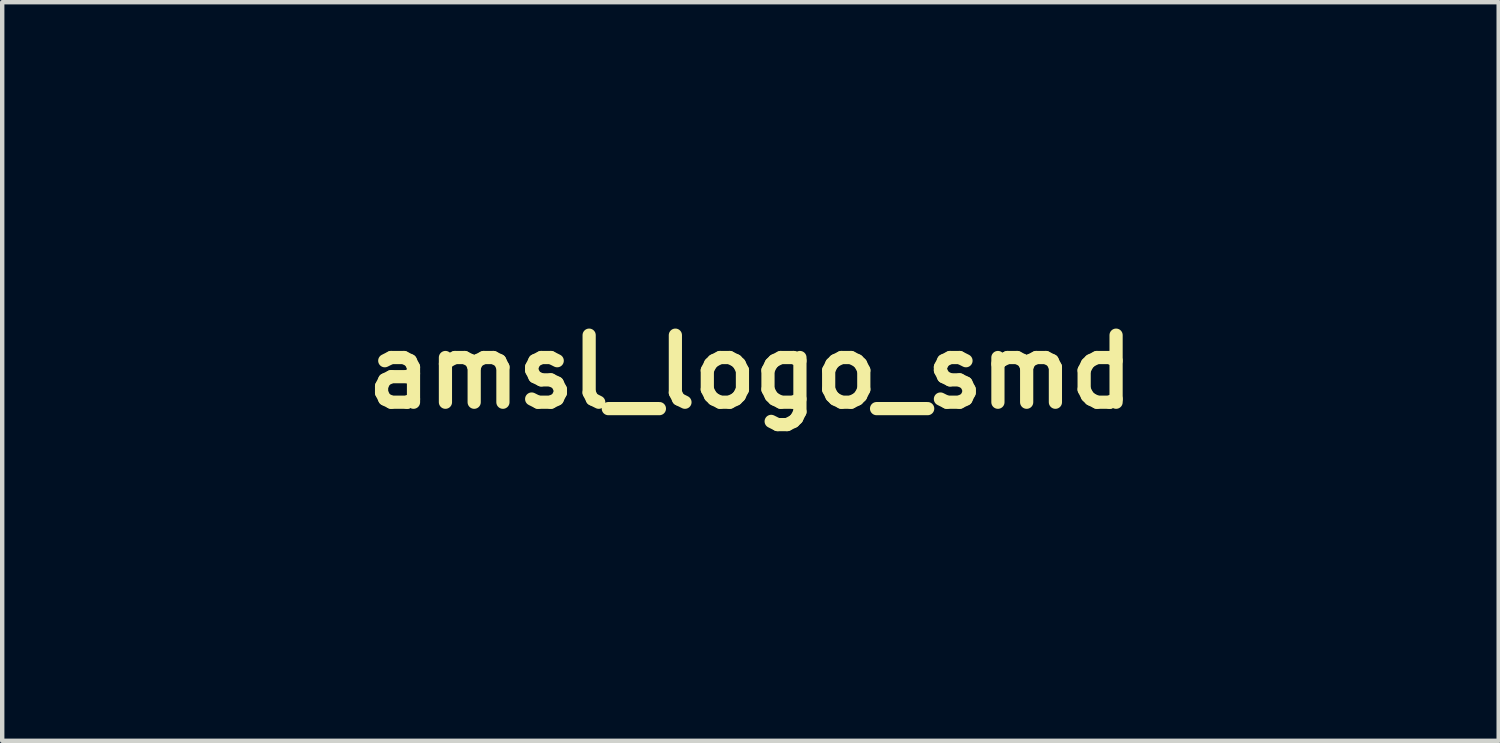
<source format=kicad_pcb>
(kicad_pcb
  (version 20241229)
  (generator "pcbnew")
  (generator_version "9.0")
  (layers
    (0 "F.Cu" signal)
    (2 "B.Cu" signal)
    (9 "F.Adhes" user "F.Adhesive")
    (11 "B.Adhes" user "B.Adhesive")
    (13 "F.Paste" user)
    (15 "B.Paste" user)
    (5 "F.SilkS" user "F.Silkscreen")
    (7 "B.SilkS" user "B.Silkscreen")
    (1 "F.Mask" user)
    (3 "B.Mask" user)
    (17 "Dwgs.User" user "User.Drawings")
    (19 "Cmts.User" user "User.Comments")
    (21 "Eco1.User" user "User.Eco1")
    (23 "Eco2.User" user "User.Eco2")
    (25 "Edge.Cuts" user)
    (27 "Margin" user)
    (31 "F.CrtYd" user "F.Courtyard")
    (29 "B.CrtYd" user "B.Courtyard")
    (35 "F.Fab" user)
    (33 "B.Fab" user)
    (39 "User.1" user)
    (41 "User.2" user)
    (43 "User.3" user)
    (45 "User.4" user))
  (footprint "amsl_logo_smd"
    (layer "F.Cu")
    (at 14.003 5.401)
    (property "Reference" "amsl_logo_smd" (at 0 0 0) (layer "F.SilkS") (effects (font (size 1.524 1.524) (thickness 0.3))))
    (attr through_hole)
    (fp_poly (pts (xy -8.037 3.32) (xy -7.983 3.325) (xy -7.948 3.335) (xy -7.925 3.349) (xy -7.901 3.375) (xy -7.897 3.405) (xy -7.903 3.438) (xy -7.918 3.497) (xy -8.176 3.501) (xy -8.265 3.502) (xy -8.34 3.501) (xy -8.397 3.498) (xy -8.428 3.494) (xy -8.433 3.491) (xy -8.422 3.461) (xy -8.394 3.419) (xy -8.358 3.377) (xy -8.323 3.346) (xy -8.314 3.341) (xy -8.276 3.33) (xy -8.213 3.323) (xy -8.135 3.319) (xy -8.117 3.319) (xy -8.037 3.32)) (stroke (width 0.01) (type solid)) (fill yes) (layer "F.Mask"))
    (fp_poly (pts (xy 3.85 3.32) (xy 3.904 3.325) (xy 3.94 3.335) (xy 3.962 3.349) (xy 3.986 3.375) (xy 3.991 3.405) (xy 3.984 3.438) (xy 3.969 3.497) (xy 3.712 3.501) (xy 3.623 3.502) (xy 3.547 3.501) (xy 3.491 3.498) (xy 3.459 3.494) (xy 3.454 3.491) (xy 3.466 3.461) (xy 3.494 3.419) (xy 3.529 3.377) (xy 3.564 3.346) (xy 3.573 3.341) (xy 3.611 3.33) (xy 3.674 3.323) (xy 3.752 3.319) (xy 3.77 3.319) (xy 3.85 3.32)) (stroke (width 0.01) (type solid)) (fill yes) (layer "F.Mask"))
    (fp_poly (pts (xy -0.484 0.427) (xy -0.144 0.432) (xy -0.145 0.478) (xy -0.145 0.525) (xy 0.322 0.525) (xy 0.322 0.584) (xy 0.31 0.672) (xy 0.28 0.768) (xy 0.237 0.86) (xy 0.185 0.934) (xy 0.179 0.941) (xy 0.149 0.97) (xy 0.117 0.993) (xy 0.081 1.011) (xy 0.035 1.025) (xy -0.023 1.035) (xy -0.098 1.042) (xy -0.194 1.047) (xy -0.314 1.049) (xy -0.462 1.05) (xy -0.542 1.05) (xy -1.014 1.05) (xy -0.992 0.978) (xy -0.979 0.936) (xy -0.959 0.869) (xy -0.934 0.786) (xy -0.906 0.695) (xy -0.897 0.664) (xy -0.823 0.423) (xy -0.484 0.427)) (stroke (width 0.01) (type solid)) (fill yes) (layer "F.Mask"))
    (fp_poly (pts (xy 9.237 0.525) (xy 9.341 0.527) (xy 9.429 0.528) (xy 9.497 0.531) (xy 9.538 0.534) (xy 9.55 0.536) (xy 9.546 0.555) (xy 9.532 0.602) (xy 9.512 0.672) (xy 9.485 0.761) (xy 9.454 0.865) (xy 9.424 0.964) (xy 9.388 1.086) (xy 9.352 1.206) (xy 9.32 1.316) (xy 9.292 1.412) (xy 9.271 1.486) (xy 9.262 1.52) (xy 9.244 1.583) (xy 9.228 1.631) (xy 9.216 1.657) (xy 9.214 1.659) (xy 9.204 1.645) (xy 9.183 1.604) (xy 9.155 1.542) (xy 9.122 1.465) (xy 9.103 1.418) (xy 9.062 1.324) (xy 9.012 1.209) (xy 8.955 1.084) (xy 8.897 0.958) (xy 8.846 0.851) (xy 8.689 0.525) (xy 9.12 0.525) (xy 9.237 0.525)) (stroke (width 0.01) (type solid)) (fill yes) (layer "F.Mask"))
    (fp_poly (pts (xy 2.418 0.444) (xy 2.43 0.491) (xy 2.445 0.562) (xy 2.465 0.653) (xy 2.487 0.758) (xy 2.505 0.848) (xy 2.528 0.965) (xy 2.55 1.072) (xy 2.569 1.166) (xy 2.585 1.24) (xy 2.596 1.29) (xy 2.6 1.308) (xy 2.611 1.355) (xy 2.135 1.355) (xy 2.012 1.354) (xy 1.901 1.353) (xy 1.806 1.351) (xy 1.731 1.348) (xy 1.681 1.345) (xy 1.66 1.342) (xy 1.659 1.341) (xy 1.67 1.326) (xy 1.698 1.288) (xy 1.742 1.231) (xy 1.798 1.16) (xy 1.864 1.077) (xy 1.935 0.986) (xy 2.011 0.892) (xy 2.086 0.798) (xy 2.159 0.708) (xy 2.226 0.625) (xy 2.284 0.554) (xy 2.331 0.498) (xy 2.362 0.46) (xy 2.372 0.45) (xy 2.398 0.428) (xy 2.413 0.426) (xy 2.418 0.444)) (stroke (width 0.01) (type solid)) (fill yes) (layer "F.Mask"))
    (fp_poly (pts (xy -8.942 -3.11) (xy -8.931 -3.066) (xy -8.917 -3) (xy -8.899 -2.919) (xy -8.891 -2.882) (xy -8.866 -2.771) (xy -8.842 -2.683) (xy -8.82 -2.621) (xy -8.806 -2.595) (xy -8.795 -2.575) (xy -8.783 -2.538) (xy -8.767 -2.482) (xy -8.749 -2.405) (xy -8.726 -2.304) (xy -8.699 -2.178) (xy -8.667 -2.024) (xy -8.63 -1.839) (xy -8.612 -1.747) (xy -8.573 -1.554) (xy -8.541 -1.392) (xy -8.516 -1.257) (xy -8.496 -1.147) (xy -8.482 -1.059) (xy -8.473 -0.991) (xy -8.469 -0.939) (xy -8.47 -0.901) (xy -8.475 -0.874) (xy -8.485 -0.855) (xy -8.498 -0.842) (xy -8.515 -0.831) (xy -8.518 -0.829) (xy -8.542 -0.825) (xy -8.599 -0.822) (xy -8.684 -0.819) (xy -8.798 -0.817) (xy -8.938 -0.815) (xy -9.101 -0.813) (xy -9.286 -0.813) (xy -9.37 -0.813) (xy -9.56 -0.813) (xy -9.72 -0.813) (xy -9.85 -0.814) (xy -9.956 -0.815) (xy -10.039 -0.817) (xy -10.102 -0.819) (xy -10.148 -0.822) (xy -10.181 -0.826) (xy -10.202 -0.831) (xy -10.214 -0.836) (xy -10.218 -0.839) (xy -10.239 -0.867) (xy -10.245 -0.881) (xy -10.261 -0.887) (xy -10.304 -0.893) (xy -10.369 -0.897) (xy -10.45 -0.901) (xy -10.475 -0.901) (xy -10.705 -0.906) (xy -9.828 -2.019) (xy -9.695 -2.188) (xy -9.567 -2.35) (xy -9.447 -2.501) (xy -9.337 -2.641) (xy -9.237 -2.767) (xy -9.149 -2.877) (xy -9.075 -2.97) (xy -9.016 -3.043) (xy -8.975 -3.095) (xy -8.951 -3.123) (xy -8.947 -3.127) (xy -8.942 -3.11)) (stroke (width 0.01) (type solid)) (fill yes) (layer "F.Mask"))
    (fp_poly (pts (xy 0.42 -5.396) (xy 1.006 -5.396) (xy 1.59 -5.396) (xy 2.171 -5.396) (xy 2.749 -5.396) (xy 3.322 -5.395) (xy 3.89 -5.395) (xy 4.451 -5.395) (xy 5.004 -5.395) (xy 5.549 -5.394) (xy 6.084 -5.394) (xy 6.608 -5.393) (xy 7.121 -5.393) (xy 7.622 -5.392) (xy 8.108 -5.391) (xy 8.581 -5.391) (xy 9.038 -5.39) (xy 9.478 -5.389) (xy 9.901 -5.388) (xy 10.305 -5.387) (xy 10.69 -5.387) (xy 11.054 -5.386) (xy 11.397 -5.385) (xy 11.717 -5.384) (xy 12.014 -5.382) (xy 12.287 -5.381) (xy 12.534 -5.38) (xy 12.755 -5.379) (xy 12.948 -5.378) (xy 13.113 -5.376) (xy 13.249 -5.375) (xy 13.354 -5.374) (xy 13.428 -5.372) (xy 13.47 -5.371) (xy 13.479 -5.37) (xy 13.624 -5.32) (xy 13.743 -5.252) (xy 13.838 -5.161) (xy 13.911 -5.046) (xy 13.964 -4.904) (xy 13.972 -4.876) (xy 13.974 -4.849) (xy 13.977 -4.79) (xy 13.979 -4.701) (xy 13.981 -4.582) (xy 13.983 -4.436) (xy 13.985 -4.265) (xy 13.987 -4.07) (xy 13.989 -3.853) (xy 13.99 -3.615) (xy 13.991 -3.358) (xy 13.993 -3.084) (xy 13.994 -2.795) (xy 13.995 -2.492) (xy 13.996 -2.176) (xy 13.997 -1.85) (xy 13.997 -1.515) (xy 13.998 -1.173) (xy 13.998 -0.826) (xy 13.998 -0.474) (xy 13.998 -0.121) (xy 13.998 0.233) (xy 13.998 0.586) (xy 13.998 0.937) (xy 13.997 1.282) (xy 13.997 1.622) (xy 13.996 1.954) (xy 13.995 2.276) (xy 13.995 2.587) (xy 13.993 2.886) (xy 13.992 3.17) (xy 13.991 3.437) (xy 13.99 3.687) (xy 13.988 3.918) (xy 13.986 4.127) (xy 13.984 4.314) (xy 13.982 4.476) (xy 13.98 4.612) (xy 13.978 4.72) (xy 13.976 4.799) (xy 13.973 4.846) (xy 13.972 4.859) (xy 13.924 5.001) (xy 13.86 5.116) (xy 13.776 5.209) (xy 13.668 5.282) (xy 13.532 5.34) (xy 13.504 5.349) (xy 13.497 5.351) (xy 13.486 5.352) (xy 13.47 5.354) (xy 13.448 5.355) (xy 13.42 5.357) (xy 13.386 5.358) (xy 13.343 5.359) (xy 13.292 5.36) (xy 13.233 5.362) (xy 13.163 5.363) (xy 13.084 5.364) (xy 12.993 5.365) (xy 12.89 5.366) (xy 12.775 5.367) (xy 12.647 5.367) (xy 12.505 5.368) (xy 12.349 5.369) (xy 12.177 5.37) (xy 11.99 5.37) (xy 11.785 5.371) (xy 11.564 5.372) (xy 11.325 5.372) (xy 11.067 5.373) (xy 10.79 5.373) (xy 10.492 5.374) (xy 10.174 5.374) (xy 9.835 5.374) (xy 9.474 5.375) (xy 9.089 5.375) (xy 8.682 5.376) (xy 8.25 5.376) (xy 7.793 5.376) (xy 7.311 5.376) (xy 6.802 5.377) (xy 6.267 5.377) (xy 5.704 5.377) (xy 5.113 5.377) (xy 4.492 5.378) (xy 3.842 5.378) (xy 3.162 5.378) (xy 2.451 5.378) (xy 1.708 5.378) (xy 0.932 5.378) (xy 0.124 5.378) (xy 0.051 5.379) (xy -0.621 5.379) (xy -1.285 5.379) (xy -1.94 5.379) (xy -2.584 5.379) (xy -3.219 5.379) (xy -3.841 5.379) (xy -4.452 5.379) (xy -5.049 5.379) (xy -5.632 5.379) (xy -6.201 5.379) (xy -6.754 5.379) (xy -7.29 5.379) (xy -7.81 5.379) (xy -8.311 5.379) (xy -8.794 5.378) (xy -9.257 5.378) (xy -9.7 5.378) (xy -10.122 5.378) (xy -10.521 5.378) (xy -10.898 5.378) (xy -11.251 5.377) (xy -11.58 5.377) (xy -11.883 5.377) (xy -12.161 5.377) (xy -12.411 5.377) (xy -12.634 5.376) (xy -12.828 5.376) (xy -12.993 5.376) (xy -13.128 5.375) (xy -13.232 5.375) (xy -13.304 5.375) (xy -13.344 5.374) (xy -13.352 5.374) (xy -13.449 5.354) (xy -13.52 5.338) (xy -13.575 5.321) (xy -13.623 5.303) (xy -13.667 5.282) (xy -13.773 5.212) (xy -13.858 5.12) (xy -13.924 5.001) (xy -13.972 4.859) (xy -13.974 4.832) (xy -13.977 4.773) (xy -13.979 4.684) (xy -13.981 4.565) (xy -13.983 4.419) (xy -13.984 4.306) (xy 10.163 4.306) (xy 10.171 4.314) (xy 10.195 4.318) (xy 10.24 4.317) (xy 10.314 4.313) (xy 10.315 4.313) (xy 10.393 4.306) (xy 10.467 4.297) (xy 10.523 4.286) (xy 10.538 4.282) (xy 10.577 4.266) (xy 10.616 4.243) (xy 10.657 4.209) (xy 10.703 4.163) (xy 10.756 4.101) (xy 10.818 4.02) (xy 10.891 3.919) (xy 10.978 3.794) (xy 11.064 3.667) (xy 11.14 3.556) (xy 11.209 3.453) (xy 11.269 3.363) (xy 11.318 3.289) (xy 11.354 3.234) (xy 11.375 3.201) (xy 11.379 3.193) (xy 11.364 3.189) (xy 11.322 3.185) (xy 11.262 3.184) (xy 11.235 3.183) (xy 11.09 3.183) (xy 10.943 3.411) (xy 10.886 3.5) (xy 10.829 3.588) (xy 10.778 3.669) (xy 10.737 3.732) (xy 10.726 3.751) (xy 10.657 3.863) (xy 10.628 3.646) (xy 10.615 3.55) (xy 10.601 3.452) (xy 10.589 3.366) (xy 10.58 3.306) (xy 10.562 3.183) (xy 10.412 3.183) (xy 10.345 3.185) (xy 10.294 3.188) (xy 10.265 3.193) (xy 10.261 3.196) (xy 10.264 3.216) (xy 10.272 3.264) (xy 10.285 3.335) (xy 10.302 3.426) (xy 10.321 3.53) (xy 10.333 3.593) (xy 10.406 3.978) (xy 10.478 3.983) (xy 10.55 3.988) (xy 10.505 4.051) (xy 10.444 4.113) (xy 10.365 4.158) (xy 10.281 4.181) (xy 10.257 4.183) (xy 10.224 4.183) (xy 10.204 4.191) (xy 10.19 4.212) (xy 10.176 4.254) (xy 10.165 4.291) (xy 10.163 4.306) (xy -13.984 4.306) (xy -13.985 4.248) (xy -13.985 4.236) (xy -6.401 4.236) (xy -6.386 4.246) (xy -6.346 4.25) (xy -6.29 4.249) (xy -6.228 4.243) (xy -6.167 4.233) (xy -6.137 4.225) (xy -6.089 4.209) (xy -6.049 4.191) (xy -6.015 4.165) (xy -5.985 4.129) (xy -5.956 4.078) (xy -5.927 4.01) (xy -5.909 3.96) (xy -5.227 3.96) (xy -5.222 3.971) (xy -5.201 3.977) (xy -5.159 3.979) (xy -5.09 3.979) (xy -4.946 3.979) (xy -4.928 3.916) (xy -4.918 3.88) (xy -4.9 3.818) (xy -4.886 3.771) (xy -3.148 3.771) (xy -3.145 3.817) (xy -3.134 3.853) (xy -3.116 3.882) (xy -3.07 3.917) (xy -2.995 3.946) (xy -2.893 3.968) (xy -2.77 3.983) (xy -2.629 3.991) (xy -2.474 3.99) (xy -2.309 3.981) (xy -2.294 3.98) (xy -2.29 3.979) (xy -1.148 3.979) (xy -0.865 3.979) (xy -0.812 3.806) (xy -0.775 3.684) (xy -0.746 3.59) (xy -0.721 3.519) (xy -0.699 3.469) (xy -0.679 3.433) (xy -0.656 3.408) (xy -0.63 3.39) (xy -0.598 3.374) (xy -0.586 3.368) (xy -0.531 3.351) (xy -0.458 3.34) (xy -0.38 3.336) (xy -0.307 3.338) (xy -0.251 3.347) (xy -0.236 3.353) (xy -0.218 3.367) (xy -0.208 3.389) (xy -0.207 3.423) (xy -0.214 3.473) (xy -0.231 3.543) (xy -0.259 3.639) (xy -0.279 3.708) (xy -0.306 3.795) (xy -0.328 3.871) (xy -0.345 3.928) (xy -0.354 3.962) (xy -0.356 3.969) (xy -0.34 3.974) (xy -0.298 3.977) (xy -0.239 3.979) (xy -0.215 3.979) (xy -0.075 3.979) (xy -0.069 3.96) (xy 0.598 3.96) (xy 0.603 3.971) (xy 0.624 3.977) (xy 0.666 3.979) (xy 0.735 3.979) (xy 0.879 3.979) (xy 0.897 3.916) (xy 0.907 3.88) (xy 0.925 3.818) (xy 0.949 3.736) (xy 0.978 3.64) (xy 1.009 3.536) (xy 1.013 3.522) (xy 1.107 3.204) (xy 1.642 3.204) (xy 1.644 3.226) (xy 1.651 3.277) (xy 1.661 3.351) (xy 1.674 3.444) (xy 1.689 3.549) (xy 1.696 3.603) (xy 1.752 3.979) (xy 2.199 3.979) (xy 2.337 3.79) (xy 3.104 3.79) (xy 3.121 3.859) (xy 3.162 3.911) (xy 3.231 3.948) (xy 3.329 3.972) (xy 3.372 3.977) (xy 3.467 3.988) (xy 3.543 3.993) (xy 3.612 3.992) (xy 3.687 3.987) (xy 3.747 3.981) (xy 4.755 3.981) (xy 5.037 3.971) (xy 5.093 3.782) (xy 6.212 3.782) (xy 6.213 3.834) (xy 6.222 3.883) (xy 6.233 3.905) (xy 6.278 3.937) (xy 6.35 3.961) (xy 6.446 3.979) (xy 6.561 3.99) (xy 6.689 3.992) (xy 6.825 3.985) (xy 6.877 3.98) (xy 6.981 3.967) (xy 7.858 3.967) (xy 7.873 3.972) (xy 7.914 3.977) (xy 7.974 3.979) (xy 7.997 3.979) (xy 8.137 3.979) (xy 8.252 3.594) (xy 8.284 3.485) (xy 8.312 3.387) (xy 8.327 3.336) (xy 8.875 3.336) (xy 8.952 3.336) (xy 9.002 3.339) (xy 9.022 3.349) (xy 9.021 3.357) (xy 9.014 3.38) (xy 8.999 3.43) (xy 8.978 3.498) (xy 8.954 3.578) (xy 8.949 3.595) (xy 8.92 3.697) (xy 8.903 3.773) (xy 8.897 3.828) (xy 8.904 3.869) (xy 8.923 3.9) (xy 8.954 3.928) (xy 8.958 3.931) (xy 9.022 3.963) (xy 9.111 3.982) (xy 9.216 3.988) (xy 9.329 3.982) (xy 9.443 3.962) (xy 9.477 3.953) (xy 9.572 3.911) (xy 9.643 3.844) (xy 9.691 3.753) (xy 9.692 3.751) (xy 9.718 3.675) (xy 9.592 3.675) (xy 9.524 3.676) (xy 9.485 3.681) (xy 9.468 3.691) (xy 9.466 3.699) (xy 9.455 3.726) (xy 9.43 3.765) (xy 9.422 3.774) (xy 9.374 3.815) (xy 9.32 3.837) (xy 9.268 3.839) (xy 9.225 3.824) (xy 9.199 3.79) (xy 9.195 3.763) (xy 9.2 3.728) (xy 9.214 3.67) (xy 9.233 3.597) (xy 9.252 3.531) (xy 9.309 3.344) (xy 9.538 3.34) (xy 9.768 3.335) (xy 9.786 3.282) (xy 9.799 3.243) (xy 9.803 3.216) (xy 9.794 3.199) (xy 9.767 3.189) (xy 9.717 3.185) (xy 9.641 3.184) (xy 9.582 3.183) (xy 9.36 3.183) (xy 9.371 3.145) (xy 9.383 3.099) (xy 9.392 3.06) (xy 9.403 3.013) (xy 9.12 3.023) (xy 9.097 3.102) (xy 9.082 3.15) (xy 9.065 3.174) (xy 9.036 3.183) (xy 8.996 3.187) (xy 8.947 3.192) (xy 8.921 3.204) (xy 8.905 3.233) (xy 8.896 3.264) (xy 8.875 3.336) (xy 8.327 3.336) (xy 8.336 3.305) (xy 8.354 3.242) (xy 8.364 3.204) (xy 8.366 3.195) (xy 8.35 3.19) (xy 8.308 3.187) (xy 8.248 3.186) (xy 8.227 3.187) (xy 8.088 3.192) (xy 7.973 3.573) (xy 7.941 3.681) (xy 7.912 3.778) (xy 7.888 3.86) (xy 7.87 3.922) (xy 7.859 3.958) (xy 7.858 3.967) (xy 6.981 3.967) (xy 6.992 3.965) (xy 7.08 3.946) (xy 7.148 3.92) (xy 7.204 3.886) (xy 7.232 3.861) (xy 7.281 3.799) (xy 7.315 3.726) (xy 7.328 3.654) (xy 7.325 3.613) (xy 7.303 3.578) (xy 7.265 3.548) (xy 7.265 3.548) (xy 7.221 3.533) (xy 7.151 3.519) (xy 7.063 3.507) (xy 6.965 3.497) (xy 6.865 3.49) (xy 6.787 3.489) (xy 6.71 3.487) (xy 6.66 3.48) (xy 6.633 3.466) (xy 6.622 3.443) (xy 6.621 3.428) (xy 6.635 3.377) (xy 6.677 3.34) (xy 6.749 3.316) (xy 6.851 3.304) (xy 6.912 3.302) (xy 7.003 3.308) (xy 7.063 3.325) (xy 7.092 3.354) (xy 7.095 3.37) (xy 7.097 3.387) (xy 7.109 3.397) (xy 7.136 3.401) (xy 7.185 3.402) (xy 7.235 3.4) (xy 7.303 3.397) (xy 7.345 3.393) (xy 7.367 3.385) (xy 7.376 3.37) (xy 7.38 3.347) (xy 7.372 3.285) (xy 7.335 3.237) (xy 7.269 3.206) (xy 7.261 3.204) (xy 7.167 3.186) (xy 7.054 3.176) (xy 6.931 3.173) (xy 6.806 3.176) (xy 6.688 3.186) (xy 6.583 3.203) (xy 6.501 3.225) (xy 6.475 3.235) (xy 6.399 3.29) (xy 6.346 3.367) (xy 6.321 3.455) (xy 6.319 3.511) (xy 6.332 3.555) (xy 6.364 3.589) (xy 6.418 3.615) (xy 6.496 3.633) (xy 6.601 3.645) (xy 6.728 3.652) (xy 6.84 3.659) (xy 6.922 3.668) (xy 6.977 3.68) (xy 7.009 3.697) (xy 7.02 3.721) (xy 7.016 3.753) (xy 7.013 3.761) (xy 6.986 3.8) (xy 6.939 3.827) (xy 6.867 3.844) (xy 6.767 3.852) (xy 6.721 3.852) (xy 6.626 3.85) (xy 6.562 3.841) (xy 6.523 3.823) (xy 6.506 3.797) (xy 6.507 3.764) (xy 6.509 3.745) (xy 6.503 3.734) (xy 6.481 3.728) (xy 6.437 3.726) (xy 6.374 3.725) (xy 6.304 3.727) (xy 6.252 3.733) (xy 6.224 3.742) (xy 6.222 3.743) (xy 6.212 3.782) (xy 5.093 3.782) (xy 5.107 3.735) (xy 5.142 3.619) (xy 5.172 3.532) (xy 5.198 3.467) (xy 5.222 3.422) (xy 5.247 3.391) (xy 5.276 3.369) (xy 5.28 3.366) (xy 5.346 3.339) (xy 5.421 3.326) (xy 5.489 3.329) (xy 5.51 3.335) (xy 5.541 3.351) (xy 5.552 3.373) (xy 5.552 3.416) (xy 5.551 3.421) (xy 5.545 3.488) (xy 5.804 3.488) (xy 5.823 3.414) (xy 5.831 3.333) (xy 5.815 3.266) (xy 5.774 3.219) (xy 5.76 3.211) (xy 5.667 3.181) (xy 5.56 3.176) (xy 5.445 3.193) (xy 5.333 3.232) (xy 5.311 3.243) (xy 5.263 3.266) (xy 5.24 3.271) (xy 5.239 3.26) (xy 5.255 3.22) (xy 5.26 3.208) (xy 5.261 3.195) (xy 5.247 3.188) (xy 5.213 3.185) (xy 5.153 3.186) (xy 5.129 3.187) (xy 4.987 3.192) (xy 4.882 3.539) (xy 4.85 3.645) (xy 4.821 3.742) (xy 4.796 3.825) (xy 4.778 3.889) (xy 4.767 3.928) (xy 4.766 3.933) (xy 4.755 3.981) (xy 3.747 3.981) (xy 3.765 3.979) (xy 3.902 3.955) (xy 4.014 3.917) (xy 4.099 3.866) (xy 4.155 3.804) (xy 4.173 3.763) (xy 4.177 3.745) (xy 4.172 3.734) (xy 4.151 3.728) (xy 4.108 3.726) (xy 4.041 3.725) (xy 3.97 3.726) (xy 3.926 3.729) (xy 3.902 3.737) (xy 3.89 3.75) (xy 3.886 3.759) (xy 3.859 3.799) (xy 3.806 3.825) (xy 3.725 3.84) (xy 3.634 3.844) (xy 3.533 3.841) (xy 3.462 3.83) (xy 3.417 3.808) (xy 3.394 3.774) (xy 3.391 3.724) (xy 3.396 3.684) (xy 3.407 3.624) (xy 4.215 3.624) (xy 4.241 3.536) (xy 4.265 3.429) (xy 4.264 3.344) (xy 4.238 3.28) (xy 4.187 3.235) (xy 4.127 3.21) (xy 3.997 3.185) (xy 3.85 3.174) (xy 3.696 3.177) (xy 3.55 3.195) (xy 3.422 3.225) (xy 3.419 3.226) (xy 3.329 3.274) (xy 3.251 3.351) (xy 3.187 3.455) (xy 3.138 3.585) (xy 3.111 3.7) (xy 3.104 3.79) (xy 2.337 3.79) (xy 2.449 3.636) (xy 2.52 3.539) (xy 2.586 3.448) (xy 2.645 3.367) (xy 2.693 3.302) (xy 2.727 3.256) (xy 2.74 3.238) (xy 2.782 3.182) (xy 2.465 3.192) (xy 2.364 3.336) (xy 2.312 3.41) (xy 2.25 3.501) (xy 2.186 3.594) (xy 2.14 3.662) (xy 2.017 3.844) (xy 2.008 3.772) (xy 2.002 3.729) (xy 1.994 3.661) (xy 1.984 3.576) (xy 1.973 3.482) (xy 1.968 3.446) (xy 1.939 3.192) (xy 1.791 3.187) (xy 1.715 3.186) (xy 1.668 3.189) (xy 1.646 3.196) (xy 1.642 3.204) (xy 1.107 3.204) (xy 1.111 3.192) (xy 0.977 3.187) (xy 0.913 3.186) (xy 0.863 3.186) (xy 0.837 3.189) (xy 0.835 3.19) (xy 0.828 3.207) (xy 0.813 3.253) (xy 0.791 3.321) (xy 0.765 3.407) (xy 0.734 3.507) (xy 0.721 3.55) (xy 0.689 3.656) (xy 0.66 3.753) (xy 0.635 3.835) (xy 0.616 3.898) (xy 0.605 3.935) (xy 0.603 3.941) (xy 0.598 3.96) (xy -0.069 3.96) (xy 0.014 3.679) (xy 0.042 3.582) (xy 0.066 3.494) (xy 0.085 3.423) (xy 0.098 3.373) (xy 0.102 3.35) (xy 0.087 3.308) (xy 0.05 3.264) (xy -0.00026 3.225) (xy -0.048 3.203) (xy -0.116 3.191) (xy -0.205 3.185) (xy -0.303 3.185) (xy -0.397 3.192) (xy -0.475 3.206) (xy -0.487 3.209) (xy -0.549 3.233) (xy -0.606 3.264) (xy -0.626 3.279) (xy -0.66 3.306) (xy -0.674 3.311) (xy -0.67 3.291) (xy -0.652 3.245) (xy -0.626 3.183) (xy -0.909 3.183) (xy -0.979 3.416) (xy -1.01 3.519) (xy -1.042 3.627) (xy -1.073 3.729) (xy -1.098 3.811) (xy -1.099 3.814) (xy -1.148 3.979) (xy -2.29 3.979) (xy -2.15 3.963) (xy -2.034 3.939) (xy -1.942 3.904) (xy -1.87 3.858) (xy -1.811 3.798) (xy -1.78 3.753) (xy -1.765 3.722) (xy -1.743 3.664) (xy -1.716 3.583) (xy -1.684 3.486) (xy -1.649 3.377) (xy -1.626 3.302) (xy -1.592 3.19) (xy -1.562 3.088) (xy -1.535 3) (xy -1.531 2.986) (xy 0.897 2.986) (xy 0.915 3.005) (xy 0.957 3.013) (xy 1.028 3.014) (xy 1.032 3.014) (xy 1.167 3.014) (xy 8.144 3.014) (xy 8.418 3.014) (xy 8.442 2.955) (xy 8.462 2.904) (xy 8.466 2.872) (xy 8.45 2.854) (xy 8.409 2.846) (xy 8.339 2.845) (xy 8.331 2.845) (xy 8.261 2.845) (xy 8.216 2.851) (xy 8.19 2.868) (xy 8.173 2.901) (xy 8.159 2.955) (xy 8.156 2.968) (xy 8.144 3.014) (xy 1.167 3.014) (xy 1.184 2.951) (xy 1.198 2.9) (xy 1.199 2.868) (xy 1.183 2.852) (xy 1.144 2.846) (xy 1.077 2.845) (xy 0.935 2.845) (xy 0.916 2.898) (xy 0.899 2.952) (xy 0.897 2.986) (xy -1.531 2.986) (xy -1.515 2.932) (xy -1.501 2.888) (xy -1.497 2.874) (xy -1.496 2.861) (xy -1.506 2.852) (xy -1.534 2.847) (xy -1.586 2.845) (xy -1.649 2.845) (xy -1.809 2.845) (xy -1.827 2.9) (xy -1.837 2.932) (xy -1.855 2.991) (xy -1.879 3.072) (xy -1.908 3.167) (xy -1.939 3.272) (xy -1.948 3.302) (xy -1.98 3.408) (xy -2.011 3.505) (xy -2.038 3.589) (xy -2.06 3.652) (xy -2.074 3.691) (xy -2.077 3.697) (xy -2.111 3.737) (xy -2.156 3.767) (xy -2.214 3.783) (xy -2.294 3.795) (xy -2.386 3.802) (xy -2.485 3.805) (xy -2.582 3.803) (xy -2.669 3.797) (xy -2.739 3.786) (xy -2.784 3.771) (xy -2.788 3.768) (xy -2.803 3.752) (xy -2.812 3.729) (xy -2.813 3.696) (xy -2.807 3.647) (xy -2.793 3.581) (xy -2.77 3.492) (xy -2.737 3.378) (xy -2.702 3.26) (xy -2.67 3.153) (xy -2.642 3.056) (xy -2.619 2.973) (xy -2.601 2.911) (xy -2.592 2.874) (xy -2.591 2.866) (xy -2.599 2.855) (xy -2.625 2.849) (xy -2.676 2.847) (xy -2.746 2.848) (xy -2.902 2.853) (xy -3.025 3.26) (xy -3.07 3.411) (xy -3.104 3.534) (xy -3.128 3.633) (xy -3.143 3.71) (xy -3.148 3.771) (xy -4.886 3.771) (xy -4.876 3.736) (xy -4.847 3.64) (xy -4.817 3.536) (xy -4.812 3.522) (xy -4.714 3.192) (xy -4.848 3.187) (xy -4.912 3.186) (xy -4.962 3.186) (xy -4.988 3.189) (xy -4.99 3.19) (xy -4.997 3.207) (xy -5.012 3.253) (xy -5.034 3.321) (xy -5.06 3.407) (xy -5.091 3.507) (xy -5.104 3.55) (xy -5.136 3.656) (xy -5.165 3.753) (xy -5.19 3.835) (xy -5.209 3.898) (xy -5.22 3.935) (xy -5.222 3.941) (xy -5.227 3.96) (xy -5.909 3.96) (xy -5.895 3.92) (xy -5.858 3.805) (xy -5.815 3.664) (xy -5.781 3.549) (xy -5.749 3.444) (xy -5.722 3.353) (xy -5.7 3.281) (xy -5.686 3.232) (xy -5.68 3.213) (xy -5.678 3.199) (xy -5.69 3.19) (xy -5.72 3.185) (xy -5.774 3.184) (xy -5.813 3.183) (xy -5.955 3.183) (xy -6.07 3.569) (xy -6.104 3.681) (xy -6.136 3.786) (xy -6.165 3.878) (xy -6.188 3.951) (xy -6.204 4) (xy -6.209 4.015) (xy -6.245 4.071) (xy -6.298 4.106) (xy -6.341 4.115) (xy -6.359 4.129) (xy -6.38 4.163) (xy -6.396 4.205) (xy -6.401 4.236) (xy -13.985 4.236) (xy -13.987 4.053) (xy -13.988 3.967) (xy -11.481 3.967) (xy -11.465 3.972) (xy -11.423 3.976) (xy -11.362 3.979) (xy -11.323 3.979) (xy -11.166 3.979) (xy -11.054 3.594) (xy -11.02 3.479) (xy -10.989 3.37) (xy -10.962 3.272) (xy -10.939 3.191) (xy -10.924 3.134) (xy -10.92 3.116) (xy -10.899 3.023) (xy -10.87 3.164) (xy -10.856 3.225) (xy -10.834 3.311) (xy -10.807 3.414) (xy -10.776 3.525) (xy -10.744 3.638) (xy -10.742 3.643) (xy -10.643 3.979) (xy -10.35 3.979) (xy -10.056 3.647) (xy -9.969 3.548) (xy -9.882 3.448) (xy -9.801 3.354) (xy -9.73 3.27) (xy -9.673 3.202) (xy -9.646 3.168) (xy -9.594 3.106) (xy -9.562 3.071) (xy -9.547 3.064) (xy -9.548 3.084) (xy -9.565 3.132) (xy -9.579 3.167) (xy -9.59 3.198) (xy -9.609 3.255) (xy -9.633 3.33) (xy -9.66 3.42) (xy -9.69 3.517) (xy -9.721 3.617) (xy -9.75 3.714) (xy -9.776 3.803) (xy -9.798 3.877) (xy -9.813 3.932) (xy -9.821 3.962) (xy -9.821 3.965) (xy -9.806 3.971) (xy -9.764 3.976) (xy -9.702 3.979) (xy -9.664 3.979) (xy -9.508 3.979) (xy -9.451 3.79) (xy -8.783 3.79) (xy -8.767 3.859) (xy -8.725 3.911) (xy -8.656 3.948) (xy -8.558 3.972) (xy -8.516 3.977) (xy -8.42 3.988) (xy -8.344 3.993) (xy -8.276 3.992) (xy -8.2 3.987) (xy -8.122 3.979) (xy -8.014 3.96) (xy -7.14 3.96) (xy -7.135 3.971) (xy -7.115 3.977) (xy -7.072 3.979) (xy -7.004 3.979) (xy -6.859 3.979) (xy -6.842 3.916) (xy -6.832 3.88) (xy -6.814 3.818) (xy -6.789 3.736) (xy -6.761 3.64) (xy -6.73 3.536) (xy -6.726 3.522) (xy -6.628 3.192) (xy -6.762 3.187) (xy -6.826 3.186) (xy -6.875 3.186) (xy -6.902 3.189) (xy -6.904 3.19) (xy -6.91 3.207) (xy -6.926 3.253) (xy -6.947 3.321) (xy -6.974 3.407) (xy -7.004 3.507) (xy -7.017 3.55) (xy -7.049 3.656) (xy -7.078 3.753) (xy -7.103 3.835) (xy -7.122 3.898) (xy -7.134 3.935) (xy -7.136 3.941) (xy -7.14 3.96) (xy -8.014 3.96) (xy -7.985 3.955) (xy -7.873 3.917) (xy -7.788 3.866) (xy -7.732 3.804) (xy -7.714 3.763) (xy -7.71 3.745) (xy -7.715 3.734) (xy -7.736 3.728) (xy -7.779 3.726) (xy -7.846 3.725) (xy -7.917 3.726) (xy -7.961 3.729) (xy -7.986 3.737) (xy -7.998 3.75) (xy -8.001 3.759) (xy -8.028 3.799) (xy -8.081 3.825) (xy -8.163 3.84) (xy -8.253 3.844) (xy -8.354 3.841) (xy -8.425 3.83) (xy -8.47 3.808) (xy -8.493 3.774) (xy -8.497 3.724) (xy -8.491 3.684) (xy -8.48 3.624) (xy -7.672 3.624) (xy -7.646 3.536) (xy -7.623 3.429) (xy -7.623 3.344) (xy -7.649 3.28) (xy -7.7 3.235) (xy -7.76 3.21) (xy -7.89 3.185) (xy -8.038 3.174) (xy -8.191 3.177) (xy -8.337 3.195) (xy -8.465 3.225) (xy -8.468 3.226) (xy -8.558 3.274) (xy -8.636 3.351) (xy -8.7 3.455) (xy -8.749 3.585) (xy -8.776 3.7) (xy -8.783 3.79) (xy -9.451 3.79) (xy -9.342 3.425) (xy -9.303 3.294) (xy -9.267 3.173) (xy -9.236 3.066) (xy -9.213 2.986) (xy -6.841 2.986) (xy -6.824 3.005) (xy -6.782 3.013) (xy -6.711 3.014) (xy -6.706 3.014) (xy -6.572 3.014) (xy -6.565 2.991) (xy -5.889 2.991) (xy -5.874 3.007) (xy -5.837 3.012) (xy -5.772 3.011) (xy -5.755 3.011) (xy -5.617 3.006) (xy -5.611 2.986) (xy -4.928 2.986) (xy -4.91 3.005) (xy -4.868 3.013) (xy -4.797 3.014) (xy -4.793 3.014) (xy -4.658 3.014) (xy -4.641 2.951) (xy -4.627 2.9) (xy -4.626 2.868) (xy -4.642 2.852) (xy -4.681 2.846) (xy -4.748 2.845) (xy -4.89 2.845) (xy -4.909 2.898) (xy -4.926 2.952) (xy -4.928 2.986) (xy -5.611 2.986) (xy -5.594 2.929) (xy -5.581 2.884) (xy -5.573 2.854) (xy -5.571 2.849) (xy -5.587 2.847) (xy -5.628 2.846) (xy -5.688 2.845) (xy -5.712 2.845) (xy -5.854 2.845) (xy -5.873 2.91) (xy -5.887 2.961) (xy -5.889 2.991) (xy -6.565 2.991) (xy -6.554 2.951) (xy -6.541 2.9) (xy -6.54 2.868) (xy -6.556 2.852) (xy -6.595 2.846) (xy -6.661 2.845) (xy -6.804 2.845) (xy -6.822 2.898) (xy -6.839 2.952) (xy -6.841 2.986) (xy -9.213 2.986) (xy -9.21 2.977) (xy -9.191 2.911) (xy -9.18 2.869) (xy -9.177 2.857) (xy -9.193 2.853) (xy -9.238 2.849) (xy -9.304 2.847) (xy -9.387 2.845) (xy -9.439 2.845) (xy -9.701 2.845) (xy -9.961 3.145) (xy -10.042 3.239) (xy -10.122 3.333) (xy -10.195 3.42) (xy -10.258 3.496) (xy -10.305 3.553) (xy -10.317 3.57) (xy -10.362 3.627) (xy -10.391 3.661) (xy -10.407 3.674) (xy -10.416 3.669) (xy -10.421 3.65) (xy -10.422 3.646) (xy -10.436 3.581) (xy -10.457 3.493) (xy -10.482 3.389) (xy -10.509 3.28) (xy -10.537 3.174) (xy -10.562 3.079) (xy -10.58 3.014) (xy -10.627 2.853) (xy -10.889 2.849) (xy -11.151 2.844) (xy -11.316 3.399) (xy -11.355 3.53) (xy -11.39 3.651) (xy -11.422 3.758) (xy -11.447 3.847) (xy -11.467 3.913) (xy -11.478 3.955) (xy -11.481 3.967) (xy -13.988 3.967) (xy -13.989 3.836) (xy -13.99 3.598) (xy -13.991 3.341) (xy -13.993 3.068) (xy -13.994 2.778) (xy -13.995 2.475) (xy -13.996 2.159) (xy -13.997 1.833) (xy -13.997 1.499) (xy -13.998 1.156) (xy -13.998 0.809) (xy -13.998 0.511) (xy -12.869 0.511) (xy -12.853 0.515) (xy -12.807 0.518) (xy -12.735 0.52) (xy -12.642 0.522) (xy -12.531 0.524) (xy -12.407 0.525) (xy -12.347 0.525) (xy -11.824 0.525) (xy -11.498 0.11) (xy -11.173 -0.305) (xy -8.403 -0.305) (xy -8.375 -0.184) (xy -8.362 -0.122) (xy -8.352 -0.073) (xy -8.348 -0.045) (xy -8.348 -0.044) (xy -8.339 -0.019) (xy -8.317 0.021) (xy -8.305 0.038) (xy -8.278 0.092) (xy -8.252 0.173) (xy -8.225 0.284) (xy -8.221 0.307) (xy -8.205 0.386) (xy -8.192 0.452) (xy -8.182 0.498) (xy -8.179 0.518) (xy -8.179 0.519) (xy -8.163 0.52) (xy -8.116 0.522) (xy -8.044 0.523) (xy -7.948 0.524) (xy -7.835 0.524) (xy -7.706 0.525) (xy -7.578 0.525) (xy -7.439 0.525) (xy -7.311 0.523) (xy -7.199 0.522) (xy -7.105 0.52) (xy -7.035 0.517) (xy -7.028 0.516) (xy -6.448 0.516) (xy -5.922 0.521) (xy -5.792 0.522) (xy -5.673 0.522) (xy -5.57 0.522) (xy -5.486 0.521) (xy -5.425 0.52) (xy -5.393 0.518) (xy -5.388 0.517) (xy -5.38 0.497) (xy -5.363 0.448) (xy -5.338 0.371) (xy -5.307 0.271) (xy -5.27 0.149) (xy -5.228 0.01) (xy -5.181 -0.146) (xy -5.131 -0.314) (xy -5.079 -0.492) (xy -5.024 -0.677) (xy -4.969 -0.866) (xy -4.914 -1.057) (xy -4.859 -1.246) (xy -4.806 -1.431) (xy -4.755 -1.608) (xy -4.707 -1.776) (xy -4.663 -1.93) (xy -4.624 -2.069) (xy -4.591 -2.189) (xy -4.564 -2.288) (xy -4.545 -2.363) (xy -4.537 -2.396) (xy -4.51 -2.515) (xy -4.483 -2.632) (xy -4.458 -2.741) (xy -4.436 -2.834) (xy -4.42 -2.904) (xy -4.417 -2.918) (xy -4.397 -2.993) (xy -4.38 -3.041) (xy -4.365 -3.06) (xy -4.363 -3.06) (xy -4.354 -3.042) (xy -4.34 -2.996) (xy -4.322 -2.926) (xy -4.301 -2.837) (xy -4.278 -2.733) (xy -4.265 -2.668) (xy -4.242 -2.558) (xy -4.22 -2.459) (xy -4.2 -2.376) (xy -4.184 -2.314) (xy -4.173 -2.278) (xy -4.168 -2.271) (xy -4.153 -2.254) (xy -4.137 -2.22) (xy -4.119 -2.166) (xy -4.098 -2.087) (xy -4.073 -1.979) (xy -4.07 -1.967) (xy -4.06 -1.926) (xy -4.042 -1.857) (xy -4.015 -1.762) (xy -3.982 -1.645) (xy -3.944 -1.508) (xy -3.901 -1.356) (xy -3.854 -1.192) (xy -3.804 -1.019) (xy -3.753 -0.841) (xy -3.701 -0.661) (xy -3.649 -0.482) (xy -3.599 -0.308) (xy -3.55 -0.142) (xy -3.505 0.012) (xy -3.464 0.152) (xy -3.428 0.273) (xy -3.398 0.372) (xy -3.375 0.447) (xy -3.368 0.47) (xy -3.35 0.525) (xy -2.814 0.525) (xy -2.278 0.525) (xy -1.19 -0.709) (xy -0.994 -0.931) (xy -0.819 -1.13) (xy -0.663 -1.307) (xy -0.524 -1.465) (xy -0.4 -1.607) (xy -0.29 -1.733) (xy -0.192 -1.847) (xy -0.104 -1.949) (xy -0.024 -2.043) (xy 0.05 -2.131) (xy 0.118 -2.214) (xy 0.184 -2.294) (xy 0.248 -2.374) (xy 0.313 -2.456) (xy 0.381 -2.542) (xy 0.452 -2.633) (xy 0.515 -2.714) (xy 0.591 -2.81) (xy 0.661 -2.897) (xy 0.722 -2.971) (xy 0.771 -3.029) (xy 0.806 -3.067) (xy 0.823 -3.082) (xy 0.824 -3.082) (xy 0.834 -3.074) (xy 0.831 -3.047) (xy 0.812 -2.996) (xy 0.812 -2.995) (xy 0.794 -2.949) (xy 0.769 -2.881) (xy 0.739 -2.797) (xy 0.704 -2.702) (xy 0.668 -2.6) (xy 0.631 -2.498) (xy 0.597 -2.399) (xy 0.565 -2.309) (xy 0.539 -2.233) (xy 0.52 -2.177) (xy 0.509 -2.145) (xy 0.508 -2.139) (xy 0.519 -2.142) (xy 0.545 -2.163) (xy 0.559 -2.176) (xy 0.595 -2.206) (xy 0.619 -2.212) (xy 0.63 -2.205) (xy 0.639 -2.185) (xy 0.638 -2.149) (xy 0.626 -2.09) (xy 0.624 -2.079) (xy 0.609 -2.025) (xy 0.587 -1.946) (xy 0.558 -1.845) (xy 0.522 -1.726) (xy 0.482 -1.59) (xy 0.438 -1.443) (xy 0.39 -1.286) (xy 0.341 -1.123) (xy 0.291 -0.958) (xy 0.24 -0.793) (xy 0.19 -0.632) (xy 0.142 -0.478) (xy 0.098 -0.333) (xy 0.056 -0.202) (xy 0.02 -0.088) (xy -0.01 0.006) (xy -0.034 0.078) (xy -0.05 0.123) (xy -0.057 0.139) (xy -0.078 0.142) (xy -0.128 0.145) (xy -0.205 0.147) (xy -0.304 0.149) (xy -0.42 0.151) (xy -0.55 0.152) (xy -0.663 0.152) (xy -1.25 0.152) (xy -1.268 0.207) (xy -1.285 0.262) (xy -1.309 0.341) (xy -1.34 0.439) (xy -1.375 0.555) (xy -1.414 0.684) (xy -1.457 0.822) (xy -1.501 0.966) (xy -1.545 1.112) (xy -1.59 1.257) (xy -1.632 1.397) (xy -1.672 1.529) (xy -1.708 1.648) (xy -1.74 1.751) (xy -1.765 1.835) (xy -1.783 1.896) (xy -1.793 1.931) (xy -1.795 1.937) (xy -1.779 1.941) (xy -1.735 1.944) (xy -1.669 1.946) (xy -1.587 1.947) (xy -1.542 1.947) (xy -1.29 1.947) (xy 0.624 1.947) (xy 1.166 1.947) (xy 1.307 1.769) (xy 1.448 1.592) (xy 2.049 1.596) (xy 2.65 1.6) (xy 2.683 1.774) (xy 2.716 1.947) (xy 3.252 1.947) (xy 3.243 1.909) (xy 3.235 1.874) (xy 3.222 1.813) (xy 3.204 1.73) (xy 3.182 1.628) (xy 3.158 1.513) (xy 3.132 1.388) (xy 3.105 1.257) (xy 3.077 1.125) (xy 3.05 0.996) (xy 3.025 0.874) (xy 3.002 0.764) (xy 2.982 0.668) (xy 2.967 0.592) (xy 2.957 0.54) (xy 2.952 0.515) (xy 2.952 0.514) (xy 2.969 0.515) (xy 3.012 0.518) (xy 3.073 0.523) (xy 3.107 0.526) (xy 3.177 0.531) (xy 3.271 0.537) (xy 3.38 0.543) (xy 3.493 0.549) (xy 3.558 0.552) (xy 3.857 0.564) (xy 3.809 0.669) (xy 3.765 0.777) (xy 3.723 0.904) (xy 3.683 1.043) (xy 3.648 1.187) (xy 3.62 1.325) (xy 3.6 1.451) (xy 3.59 1.556) (xy 3.59 1.58) (xy 3.602 1.688) (xy 3.637 1.773) (xy 3.691 1.832) (xy 3.757 1.866) (xy 3.854 1.895) (xy 3.976 1.919) (xy 4.121 1.938) (xy 4.286 1.951) (xy 4.467 1.957) (xy 4.659 1.958) (xy 4.861 1.952) (xy 4.922 1.948) (xy 6.064 1.948) (xy 6.321 1.944) (xy 6.578 1.939) (xy 7.084 1.939) (xy 7.329 1.944) (xy 7.418 1.944) (xy 7.493 1.943) (xy 7.551 1.941) (xy 7.583 1.937) (xy 7.588 1.935) (xy 7.595 1.916) (xy 7.612 1.869) (xy 7.635 1.798) (xy 7.664 1.707) (xy 7.697 1.601) (xy 7.734 1.484) (xy 7.772 1.36) (xy 7.811 1.234) (xy 7.848 1.109) (xy 7.884 0.991) (xy 7.916 0.882) (xy 7.943 0.789) (xy 7.964 0.714) (xy 7.97 0.694) (xy 7.991 0.618) (xy 8.006 0.569) (xy 8.02 0.541) (xy 8.035 0.528) (xy 8.054 0.525) (xy 8.059 0.525) (xy 8.078 0.528) (xy 8.095 0.538) (xy 8.111 0.563) (xy 8.131 0.606) (xy 8.158 0.673) (xy 8.175 0.719) (xy 8.2 0.782) (xy 8.239 0.87) (xy 8.287 0.977) (xy 8.344 1.099) (xy 8.405 1.229) (xy 8.47 1.362) (xy 8.503 1.43) (xy 8.759 1.947) (xy 9.633 1.947) (xy 9.676 1.808) (xy 9.691 1.758) (xy 9.714 1.681) (xy 9.745 1.581) (xy 9.781 1.464) (xy 9.82 1.334) (xy 9.862 1.196) (xy 9.893 1.097) (xy 10.067 0.525) (xy 10.291 0.525) (xy 10.374 0.526) (xy 10.443 0.527) (xy 10.492 0.53) (xy 10.515 0.533) (xy 10.516 0.534) (xy 10.509 0.552) (xy 10.49 0.593) (xy 10.463 0.647) (xy 10.456 0.661) (xy 10.421 0.739) (xy 10.381 0.839) (xy 10.339 0.954) (xy 10.299 1.074) (xy 10.263 1.191) (xy 10.233 1.297) (xy 10.213 1.384) (xy 10.208 1.41) (xy 10.197 1.529) (xy 10.204 1.63) (xy 10.232 1.715) (xy 10.282 1.784) (xy 10.357 1.839) (xy 10.458 1.882) (xy 10.588 1.914) (xy 10.747 1.937) (xy 10.863 1.947) (xy 10.974 1.953) (xy 11.11 1.955) (xy 11.261 1.955) (xy 11.419 1.951) (xy 11.574 1.946) (xy 11.717 1.937) (xy 11.841 1.927) (xy 11.894 1.921) (xy 12.051 1.896) (xy 12.182 1.861) (xy 12.29 1.813) (xy 12.381 1.749) (xy 12.457 1.665) (xy 12.522 1.558) (xy 12.58 1.424) (xy 12.634 1.26) (xy 12.64 1.241) (xy 12.663 1.162) (xy 12.682 1.094) (xy 12.695 1.044) (xy 12.7 1.019) (xy 12.7 1.019) (xy 12.69 1.013) (xy 12.66 1.009) (xy 12.608 1.005) (xy 12.53 1.002) (xy 12.425 1.001) (xy 12.291 1) (xy 12.126 0.999) (xy 12.103 0.999) (xy 11.506 0.999) (xy 11.47 1.118) (xy 11.434 1.236) (xy 11.781 1.236) (xy 11.902 1.237) (xy 11.993 1.238) (xy 12.057 1.241) (xy 12.097 1.245) (xy 12.117 1.251) (xy 12.12 1.257) (xy 12.111 1.284) (xy 12.095 1.332) (xy 12.082 1.37) (xy 12.045 1.451) (xy 11.993 1.526) (xy 11.984 1.535) (xy 11.944 1.575) (xy 11.901 1.605) (xy 11.85 1.629) (xy 11.786 1.645) (xy 11.704 1.657) (xy 11.6 1.665) (xy 11.467 1.671) (xy 11.438 1.672) (xy 11.257 1.674) (xy 11.101 1.67) (xy 10.973 1.659) (xy 10.874 1.642) (xy 10.806 1.618) (xy 10.805 1.618) (xy 10.758 1.575) (xy 10.73 1.511) (xy 10.724 1.431) (xy 10.728 1.401) (xy 10.74 1.342) (xy 10.762 1.26) (xy 10.79 1.162) (xy 10.822 1.057) (xy 10.855 0.95) (xy 10.889 0.851) (xy 10.919 0.766) (xy 10.944 0.702) (xy 10.954 0.681) (xy 10.981 0.629) (xy 11.004 0.59) (xy 11.03 0.562) (xy 11.063 0.543) (xy 11.109 0.532) (xy 11.173 0.526) (xy 11.261 0.523) (xy 11.371 0.521) (xy 11.674 0.516) (xy 11.69 0.46) (xy 11.707 0.404) (xy 11.911 0.415) (xy 12.036 0.423) (xy 12.13 0.434) (xy 12.199 0.448) (xy 12.246 0.469) (xy 12.274 0.497) (xy 12.289 0.535) (xy 12.294 0.585) (xy 12.294 0.594) (xy 12.294 0.677) (xy 12.815 0.677) (xy 12.835 0.561) (xy 12.846 0.469) (xy 12.842 0.392) (xy 12.822 0.329) (xy 12.783 0.276) (xy 12.723 0.235) (xy 12.641 0.202) (xy 12.532 0.178) (xy 12.397 0.16) (xy 12.231 0.148) (xy 12.094 0.141) (xy 11.985 0.137) (xy 11.906 0.134) (xy 11.851 0.13) (xy 11.817 0.125) (xy 11.799 0.119) (xy 11.794 0.11) (xy 11.795 0.099) (xy 11.796 0.095) (xy 11.822 0.008) (xy 11.836 -0.052) (xy 11.838 -0.088) (xy 11.829 -0.107) (xy 11.825 -0.109) (xy 11.804 -0.111) (xy 11.752 -0.112) (xy 11.672 -0.113) (xy 11.566 -0.115) (xy 11.437 -0.116) (xy 11.288 -0.117) (xy 11.121 -0.117) (xy 10.939 -0.118) (xy 10.745 -0.118) (xy 10.547 -0.119) (xy 9.295 -0.119) (xy 9.256 -0.16) (xy 9.236 -0.18) (xy 9.212 -0.192) (xy 9.177 -0.2) (xy 9.123 -0.204) (xy 9.048 -0.207) (xy 8.878 -0.212) (xy 9.324 -1.702) (xy 9.391 -1.924) (xy 9.456 -2.141) (xy 9.518 -2.351) (xy 9.577 -2.549) (xy 9.632 -2.733) (xy 9.682 -2.902) (xy 9.727 -3.051) (xy 9.765 -3.179) (xy 9.795 -3.282) (xy 9.818 -3.358) (xy 9.831 -3.404) (xy 9.854 -3.486) (xy 9.875 -3.558) (xy 9.891 -3.613) (xy 9.899 -3.644) (xy 9.9 -3.646) (xy 9.901 -3.655) (xy 9.896 -3.662) (xy 9.881 -3.667) (xy 9.853 -3.671) (xy 9.807 -3.673) (xy 9.74 -3.674) (xy 9.649 -3.673) (xy 9.529 -3.672) (xy 9.454 -3.671) (xy 9.318 -3.67) (xy 9.211 -3.668) (xy 9.13 -3.666) (xy 9.069 -3.663) (xy 9.024 -3.658) (xy 8.992 -3.653) (xy 8.967 -3.645) (xy 8.946 -3.635) (xy 8.932 -3.627) (xy 8.879 -3.59) (xy 8.836 -3.541) (xy 8.799 -3.474) (xy 8.762 -3.383) (xy 8.749 -3.344) (xy 8.738 -3.309) (xy 8.718 -3.243) (xy 8.69 -3.15) (xy 8.654 -3.032) (xy 8.612 -2.892) (xy 8.563 -2.731) (xy 8.509 -2.552) (xy 8.451 -2.358) (xy 8.389 -2.151) (xy 8.324 -1.934) (xy 8.257 -1.708) (xy 8.229 -1.617) (xy 8.147 -1.34) (xy 8.073 -1.093) (xy 8.008 -0.876) (xy 7.951 -0.685) (xy 7.902 -0.52) (xy 7.859 -0.378) (xy 7.823 -0.258) (xy 7.792 -0.157) (xy 7.767 -0.075) (xy 7.746 -0.009) (xy 7.729 0.042) (xy 7.715 0.081) (xy 7.705 0.108) (xy 7.696 0.127) (xy 7.69 0.138) (xy 7.684 0.143) (xy 7.679 0.145) (xy 7.674 0.145) (xy 7.668 0.145) (xy 7.663 0.145) (xy 7.647 0.153) (xy 7.632 0.171) (xy 7.616 0.203) (xy 7.597 0.255) (xy 7.573 0.332) (xy 7.554 0.395) (xy 7.533 0.466) (xy 7.503 0.565) (xy 7.467 0.685) (xy 7.426 0.821) (xy 7.381 0.969) (xy 7.334 1.123) (xy 7.287 1.277) (xy 7.284 1.287) (xy 7.084 1.939) (xy 6.578 1.939) (xy 6.851 1.05) (xy 7.123 0.161) (xy 6.878 0.156) (xy 6.79 0.155) (xy 6.714 0.156) (xy 6.656 0.159) (xy 6.624 0.163) (xy 6.619 0.165) (xy 6.612 0.183) (xy 6.596 0.231) (xy 6.572 0.304) (xy 6.541 0.401) (xy 6.505 0.519) (xy 6.463 0.653) (xy 6.417 0.801) (xy 6.368 0.96) (xy 6.351 1.016) (xy 6.301 1.179) (xy 6.254 1.334) (xy 6.21 1.476) (xy 6.171 1.604) (xy 6.138 1.713) (xy 6.111 1.8) (xy 6.091 1.863) (xy 6.081 1.897) (xy 6.079 1.901) (xy 6.064 1.948) (xy 4.922 1.948) (xy 4.941 1.947) (xy 5.117 1.934) (xy 5.263 1.918) (xy 5.383 1.896) (xy 5.482 1.869) (xy 5.564 1.835) (xy 5.633 1.793) (xy 5.693 1.741) (xy 5.696 1.739) (xy 5.745 1.679) (xy 5.796 1.6) (xy 5.844 1.511) (xy 5.882 1.426) (xy 5.903 1.357) (xy 5.914 1.304) (xy 5.404 1.304) (xy 5.393 1.359) (xy 5.355 1.467) (xy 5.294 1.553) (xy 5.211 1.614) (xy 5.157 1.636) (xy 5.1 1.648) (xy 5.016 1.658) (xy 4.913 1.666) (xy 4.798 1.671) (xy 4.679 1.674) (xy 4.563 1.674) (xy 4.458 1.671) (xy 4.37 1.664) (xy 4.352 1.662) (xy 4.258 1.646) (xy 4.194 1.627) (xy 4.152 1.599) (xy 4.129 1.559) (xy 4.119 1.504) (xy 4.118 1.488) (xy 4.121 1.413) (xy 4.135 1.313) (xy 4.16 1.198) (xy 4.192 1.073) (xy 4.229 0.946) (xy 4.271 0.824) (xy 4.315 0.716) (xy 4.337 0.667) (xy 4.388 0.563) (xy 4.713 0.551) (xy 4.839 0.546) (xy 4.977 0.539) (xy 5.114 0.53) (xy 5.237 0.522) (xy 5.3 0.517) (xy 5.391 0.509) (xy 5.47 0.504) (xy 5.531 0.501) (xy 5.568 0.501) (xy 5.575 0.502) (xy 5.585 0.525) (xy 5.588 0.569) (xy 5.584 0.624) (xy 5.575 0.678) (xy 5.572 0.69) (xy 5.556 0.745) (xy 6.063 0.745) (xy 6.082 0.699) (xy 6.092 0.659) (xy 6.102 0.598) (xy 6.108 0.528) (xy 6.109 0.523) (xy 6.117 0.394) (xy 6.212 0.364) (xy 6.395 0.291) (xy 6.561 0.189) (xy 6.712 0.06) (xy 6.846 -0.099) (xy 6.966 -0.287) (xy 7.071 -0.505) (xy 7.134 -0.671) (xy 7.196 -0.875) (xy 7.234 -1.061) (xy 7.247 -1.228) (xy 7.236 -1.374) (xy 7.201 -1.499) (xy 7.141 -1.602) (xy 7.123 -1.623) (xy 7.089 -1.655) (xy 7.048 -1.681) (xy 6.993 -1.703) (xy 6.917 -1.725) (xy 6.849 -1.742) (xy 6.723 -1.768) (xy 6.579 -1.792) (xy 6.415 -1.813) (xy 6.228 -1.833) (xy 6.016 -1.851) (xy 5.777 -1.868) (xy 5.508 -1.883) (xy 5.208 -1.897) (xy 5.207 -1.897) (xy 5.042 -1.905) (xy 4.879 -1.915) (xy 4.723 -1.925) (xy 4.578 -1.936) (xy 4.449 -1.948) (xy 4.34 -1.959) (xy 4.256 -1.97) (xy 4.201 -1.981) (xy 4.198 -1.982) (xy 4.151 -1.999) (xy 4.118 -2.02) (xy 4.115 -2.023) (xy 4.089 -2.039) (xy 4.04 -2.057) (xy 3.999 -2.067) (xy 3.894 -2.097) (xy 3.819 -2.138) (xy 3.771 -2.194) (xy 3.747 -2.268) (xy 3.742 -2.33) (xy 3.749 -2.415) (xy 3.769 -2.515) (xy 3.797 -2.617) (xy 3.83 -2.707) (xy 3.854 -2.757) (xy 3.907 -2.835) (xy 3.967 -2.903) (xy 4.037 -2.962) (xy 4.12 -3.011) (xy 4.218 -3.052) (xy 4.333 -3.084) (xy 4.468 -3.109) (xy 4.625 -3.128) (xy 4.807 -3.14) (xy 5.015 -3.146) (xy 5.253 -3.147) (xy 5.457 -3.145) (xy 5.634 -3.141) (xy 5.781 -3.137) (xy 5.902 -3.131) (xy 6 -3.123) (xy 6.08 -3.113) (xy 6.145 -3.101) (xy 6.199 -3.085) (xy 6.246 -3.066) (xy 6.262 -3.058) (xy 6.307 -3.02) (xy 6.346 -2.961) (xy 6.374 -2.893) (xy 6.384 -2.832) (xy 6.394 -2.784) (xy 6.418 -2.73) (xy 6.426 -2.716) (xy 6.461 -2.64) (xy 6.469 -2.588) (xy 6.469 -2.523) (xy 7.006 -2.527) (xy 7.542 -2.532) (xy 7.581 -2.667) (xy 7.624 -2.853) (xy 7.642 -3.021) (xy 7.634 -3.171) (xy 7.6 -3.3) (xy 7.542 -3.408) (xy 7.459 -3.494) (xy 7.454 -3.498) (xy 7.379 -3.541) (xy 7.27 -3.579) (xy 7.13 -3.612) (xy 6.959 -3.641) (xy 6.757 -3.664) (xy 6.526 -3.683) (xy 6.267 -3.697) (xy 5.979 -3.705) (xy 5.665 -3.708) (xy 5.633 -3.708) (xy 5.278 -3.705) (xy 4.953 -3.695) (xy 4.659 -3.679) (xy 4.393 -3.654) (xy 4.152 -3.622) (xy 3.936 -3.582) (xy 3.742 -3.532) (xy 3.569 -3.473) (xy 3.414 -3.403) (xy 3.277 -3.323) (xy 3.155 -3.232) (xy 3.046 -3.13) (xy 2.948 -3.015) (xy 2.887 -2.93) (xy 2.794 -2.771) (xy 2.713 -2.595) (xy 2.647 -2.412) (xy 2.597 -2.227) (xy 2.567 -2.049) (xy 2.559 -1.886) (xy 2.56 -1.863) (xy 2.567 -1.773) (xy 2.581 -1.708) (xy 2.607 -1.661) (xy 2.649 -1.622) (xy 2.714 -1.583) (xy 2.724 -1.577) (xy 2.811 -1.537) (xy 2.916 -1.501) (xy 3.039 -1.468) (xy 3.184 -1.439) (xy 3.352 -1.412) (xy 3.544 -1.388) (xy 3.763 -1.367) (xy 4.01 -1.348) (xy 4.287 -1.331) (xy 4.595 -1.315) (xy 4.657 -1.313) (xy 4.888 -1.302) (xy 5.087 -1.292) (xy 5.258 -1.282) (xy 5.403 -1.272) (xy 5.525 -1.261) (xy 5.625 -1.249) (xy 5.707 -1.235) (xy 5.773 -1.22) (xy 5.826 -1.203) (xy 5.869 -1.183) (xy 5.903 -1.16) (xy 5.923 -1.144) (xy 5.96 -1.105) (xy 5.98 -1.065) (xy 5.989 -1.008) (xy 5.99 -0.998) (xy 6.002 -0.936) (xy 6.02 -0.884) (xy 6.03 -0.866) (xy 6.063 -0.802) (xy 6.073 -0.722) (xy 6.059 -0.623) (xy 6.055 -0.607) (xy 6.004 -0.454) (xy 5.934 -0.322) (xy 5.849 -0.215) (xy 5.749 -0.135) (xy 5.701 -0.109) (xy 5.646 -0.086) (xy 5.587 -0.067) (xy 5.522 -0.051) (xy 5.447 -0.038) (xy 5.358 -0.028) (xy 5.253 -0.021) (xy 5.127 -0.015) (xy 4.978 -0.012) (xy 4.801 -0.01) (xy 4.594 -0.009) (xy 4.589 -0.009) (xy 4.378 -0.009) (xy 4.198 -0.011) (xy 4.045 -0.014) (xy 3.917 -0.019) (xy 3.811 -0.025) (xy 3.724 -0.034) (xy 3.653 -0.045) (xy 3.594 -0.059) (xy 3.544 -0.076) (xy 3.505 -0.094) (xy 3.444 -0.121) (xy 3.371 -0.148) (xy 3.327 -0.161) (xy 3.235 -0.197) (xy 3.169 -0.247) (xy 3.127 -0.316) (xy 3.109 -0.404) (xy 3.112 -0.516) (xy 3.122 -0.584) (xy 3.133 -0.659) (xy 3.136 -0.706) (xy 3.13 -0.73) (xy 3.126 -0.733) (xy 3.103 -0.737) (xy 3.051 -0.74) (xy 2.978 -0.742) (xy 2.887 -0.742) (xy 2.785 -0.741) (xy 2.679 -0.739) (xy 2.572 -0.736) (xy 2.472 -0.732) (xy 2.383 -0.727) (xy 2.313 -0.722) (xy 2.265 -0.717) (xy 2.251 -0.714) (xy 2.18 -0.677) (xy 2.12 -0.616) (xy 2.071 -0.528) (xy 2.031 -0.411) (xy 2.006 -0.296) (xy 1.993 -0.21) (xy 1.986 -0.116) (xy 1.984 -0.022) (xy 1.988 0.064) (xy 1.996 0.135) (xy 2.008 0.183) (xy 2.015 0.195) (xy 2.028 0.22) (xy 2.014 0.247) (xy 2.011 0.25) (xy 1.996 0.269) (xy 1.961 0.311) (xy 1.909 0.374) (xy 1.842 0.456) (xy 1.762 0.554) (xy 1.671 0.666) (xy 1.571 0.789) (xy 1.464 0.92) (xy 1.414 0.982) (xy 1.301 1.121) (xy 1.191 1.255) (xy 1.088 1.382) (xy 0.992 1.499) (xy 0.907 1.603) (xy 0.835 1.691) (xy 0.779 1.76) (xy 0.74 1.806) (xy 0.733 1.816) (xy 0.624 1.947) (xy -1.29 1.947) (xy -1.239 1.782) (xy -1.211 1.692) (xy -1.181 1.595) (xy -1.155 1.507) (xy -1.147 1.482) (xy -1.107 1.346) (xy -0.659 1.341) (xy -0.504 1.34) (xy -0.379 1.341) (xy -0.28 1.343) (xy -0.204 1.349) (xy -0.145 1.357) (xy -0.101 1.37) (xy -0.068 1.386) (xy -0.042 1.408) (xy -0.025 1.426) (xy -0.001 1.46) (xy 0.011 1.498) (xy 0.013 1.546) (xy 0.002 1.609) (xy -0.02 1.693) (xy -0.04 1.761) (xy -0.096 1.939) (xy 0.15 1.944) (xy 0.238 1.944) (xy 0.314 1.943) (xy 0.371 1.941) (xy 0.403 1.937) (xy 0.408 1.935) (xy 0.421 1.909) (xy 0.441 1.857) (xy 0.463 1.787) (xy 0.486 1.707) (xy 0.509 1.625) (xy 0.528 1.548) (xy 0.542 1.484) (xy 0.548 1.44) (xy 0.548 1.436) (xy 0.539 1.367) (xy 0.509 1.312) (xy 0.454 1.269) (xy 0.372 1.235) (xy 0.283 1.213) (xy 0.232 1.201) (xy 0.207 1.191) (xy 0.21 1.182) (xy 0.243 1.171) (xy 0.307 1.158) (xy 0.339 1.152) (xy 0.475 1.117) (xy 0.583 1.068) (xy 0.657 1.011) (xy 0.707 0.945) (xy 0.757 0.857) (xy 0.802 0.757) (xy 0.836 0.654) (xy 0.842 0.634) (xy 0.86 0.574) (xy 0.878 0.535) (xy 0.891 0.525) (xy 0.906 0.509) (xy 0.927 0.465) (xy 0.951 0.397) (xy 0.963 0.36) (xy 0.982 0.298) (xy 1.009 0.21) (xy 1.043 0.097) (xy 1.084 -0.039) (xy 1.13 -0.194) (xy 1.182 -0.367) (xy 1.238 -0.554) (xy 1.297 -0.753) (xy 1.36 -0.961) (xy 1.424 -1.177) (xy 1.49 -1.398) (xy 1.557 -1.62) (xy 1.623 -1.842) (xy 1.688 -2.061) (xy 1.752 -2.275) (xy 1.813 -2.48) (xy 1.872 -2.675) (xy 1.926 -2.857) (xy 1.975 -3.024) (xy 2.019 -3.172) (xy 2.057 -3.3) (xy 2.088 -3.404) (xy 2.112 -3.483) (xy 2.127 -3.534) (xy 2.132 -3.552) (xy 2.165 -3.675) (xy 1.323 -3.675) (xy 1.119 -3.674) (xy 0.946 -3.674) (xy 0.801 -3.673) (xy 0.681 -3.671) (xy 0.583 -3.667) (xy 0.504 -3.663) (xy 0.441 -3.656) (xy 0.391 -3.647) (xy 0.352 -3.636) (xy 0.32 -3.622) (xy 0.292 -3.604) (xy 0.265 -3.584) (xy 0.244 -3.567) (xy 0.22 -3.542) (xy 0.175 -3.494) (xy 0.112 -3.425) (xy 0.034 -3.337) (xy -0.058 -3.232) (xy -0.163 -3.113) (xy -0.277 -2.983) (xy -0.4 -2.842) (xy -0.528 -2.694) (xy -0.66 -2.541) (xy -0.795 -2.386) (xy -0.929 -2.23) (xy -1.062 -2.076) (xy -1.19 -1.926) (xy -1.313 -1.782) (xy -1.427 -1.648) (xy -1.532 -1.524) (xy -1.625 -1.414) (xy -1.703 -1.319) (xy -1.766 -1.243) (xy -1.811 -1.187) (xy -1.812 -1.185) (xy -1.912 -1.058) (xy -1.993 -0.955) (xy -2.058 -0.873) (xy -2.109 -0.811) (xy -2.147 -0.765) (xy -2.177 -0.733) (xy -2.199 -0.712) (xy -2.215 -0.701) (xy -2.229 -0.696) (xy -2.243 -0.694) (xy -2.245 -0.694) (xy -2.282 -0.704) (xy -2.306 -0.74) (xy -2.307 -0.743) (xy -2.326 -0.792) (xy -2.409 -0.692) (xy -2.457 -0.639) (xy -2.498 -0.604) (xy -2.527 -0.59) (xy -2.54 -0.598) (xy -2.54 -0.603) (xy -2.543 -0.627) (xy -2.552 -0.68) (xy -2.565 -0.755) (xy -2.582 -0.847) (xy -2.602 -0.95) (xy -2.623 -1.06) (xy -2.644 -1.171) (xy -2.665 -1.277) (xy -2.684 -1.373) (xy -2.701 -1.453) (xy -2.712 -1.504) (xy -2.726 -1.564) (xy -2.749 -1.652) (xy -2.778 -1.765) (xy -2.814 -1.899) (xy -2.855 -2.049) (xy -2.899 -2.212) (xy -2.946 -2.384) (xy -2.995 -2.561) (xy -3.017 -2.639) (xy -3.065 -2.81) (xy -3.111 -2.973) (xy -3.153 -3.124) (xy -3.191 -3.261) (xy -3.225 -3.38) (xy -3.252 -3.478) (xy -3.273 -3.552) (xy -3.285 -3.598) (xy -3.289 -3.612) (xy -3.306 -3.676) (xy -4.172 -3.671) (xy -4.366 -3.67) (xy -4.528 -3.669) (xy -4.663 -3.667) (xy -4.773 -3.666) (xy -4.861 -3.664) (xy -4.929 -3.662) (xy -4.982 -3.659) (xy -5.021 -3.655) (xy -5.05 -3.651) (xy -5.072 -3.645) (xy -5.089 -3.639) (xy -5.105 -3.631) (xy -5.105 -3.631) (xy -5.165 -3.586) (xy -5.217 -3.525) (xy -5.219 -3.521) (xy -5.232 -3.492) (xy -5.253 -3.435) (xy -5.282 -3.348) (xy -5.32 -3.232) (xy -5.366 -3.086) (xy -5.421 -2.91) (xy -5.485 -2.703) (xy -5.558 -2.465) (xy -5.639 -2.195) (xy -5.73 -1.894) (xy -5.798 -1.668) (xy -5.87 -1.426) (xy -5.941 -1.19) (xy -6.009 -0.962) (xy -6.074 -0.745) (xy -6.135 -0.541) (xy -6.191 -0.353) (xy -6.242 -0.183) (xy -6.286 -0.034) (xy -6.324 0.093) (xy -6.354 0.195) (xy -6.376 0.269) (xy -6.389 0.313) (xy -6.389 0.313) (xy -6.448 0.516) (xy -7.028 0.516) (xy -6.99 0.514) (xy -6.977 0.511) (xy -6.98 0.493) (xy -6.99 0.444) (xy -7.005 0.367) (xy -7.026 0.264) (xy -7.052 0.138) (xy -7.082 -0.01) (xy -7.116 -0.175) (xy -7.153 -0.356) (xy -7.193 -0.551) (xy -7.236 -0.757) (xy -7.28 -0.972) (xy -7.325 -1.192) (xy -7.371 -1.416) (xy -7.418 -1.642) (xy -7.464 -1.866) (xy -7.51 -2.086) (xy -7.554 -2.3) (xy -7.597 -2.505) (xy -7.637 -2.7) (xy -7.674 -2.88) (xy -7.708 -3.045) (xy -7.739 -3.191) (xy -7.765 -3.316) (xy -7.786 -3.418) (xy -7.802 -3.493) (xy -7.812 -3.541) (xy -7.815 -3.552) (xy -7.843 -3.675) (xy -8.609 -3.675) (xy -8.806 -3.675) (xy -8.972 -3.674) (xy -9.111 -3.673) (xy -9.225 -3.67) (xy -9.317 -3.666) (xy -9.392 -3.659) (xy -9.451 -3.65) (xy -9.499 -3.637) (xy -9.537 -3.62) (xy -9.57 -3.599) (xy -9.601 -3.573) (xy -9.632 -3.542) (xy -9.664 -3.508) (xy -9.686 -3.482) (xy -9.727 -3.433) (xy -9.785 -3.362) (xy -9.86 -3.27) (xy -9.949 -3.159) (xy -10.052 -3.032) (xy -10.167 -2.889) (xy -10.292 -2.733) (xy -10.426 -2.566) (xy -10.568 -2.388) (xy -10.717 -2.203) (xy -10.87 -2.011) (xy -11.027 -1.815) (xy -11.186 -1.616) (xy -11.345 -1.416) (xy -11.504 -1.217) (xy -11.661 -1.02) (xy -11.814 -0.827) (xy -11.963 -0.641) (xy -12.105 -0.462) (xy -12.239 -0.293) (xy -12.364 -0.135) (xy -12.479 0.01) (xy -12.581 0.14) (xy -12.671 0.253) (xy -12.745 0.348) (xy -12.803 0.423) (xy -12.844 0.476) (xy -12.866 0.506) (xy -12.869 0.511) (xy -13.998 0.511) (xy -13.998 0.457) (xy -13.998 0.104) (xy -13.998 -0.25) (xy -13.998 -0.603) (xy -13.998 -0.954) (xy -13.997 -1.299) (xy -13.997 -1.639) (xy -13.996 -1.971) (xy -13.995 -2.293) (xy -13.995 -2.604) (xy -13.993 -2.903) (xy -13.992 -3.187) (xy -13.991 -3.454) (xy -13.99 -3.704) (xy -13.988 -3.935) (xy -13.986 -4.144) (xy -13.984 -4.331) (xy -13.982 -4.493) (xy -13.98 -4.629) (xy -13.978 -4.737) (xy -13.976 -4.815) (xy -13.973 -4.863) (xy -13.972 -4.876) (xy -13.922 -5.023) (xy -13.852 -5.142) (xy -13.762 -5.237) (xy -13.647 -5.31) (xy -13.506 -5.362) (xy -13.479 -5.37) (xy -13.456 -5.371) (xy -13.4 -5.373) (xy -13.313 -5.374) (xy -13.194 -5.376) (xy -13.046 -5.377) (xy -12.868 -5.378) (xy -12.663 -5.379) (xy -12.431 -5.381) (xy -12.172 -5.382) (xy -11.889 -5.383) (xy -11.582 -5.384) (xy -11.252 -5.385) (xy -10.899 -5.386) (xy -10.526 -5.387) (xy -10.133 -5.388) (xy -9.72 -5.389) (xy -9.29 -5.39) (xy -8.843 -5.39) (xy -8.379 -5.391) (xy -7.9 -5.392) (xy -7.408 -5.392) (xy -6.902 -5.393) (xy -6.384 -5.393) (xy -5.854 -5.394) (xy -5.315 -5.394) (xy -4.767 -5.395) (xy -4.21 -5.395) (xy -3.646 -5.395) (xy -3.076 -5.396) (xy -2.501 -5.396) (xy -1.921 -5.396) (xy -1.338 -5.396) (xy -0.753 -5.396) (xy -0.167 -5.396) (xy 0.42 -5.396)) (stroke (width 0.01) (type solid)) (fill yes) (layer "F.Mask")))
  (gr_rect
    (start -3 -3)
    (end 31.007 13.785)
    (stroke (width 0.1) (type default))
    (fill no)
    (layer "Edge.Cuts")))
</source>
